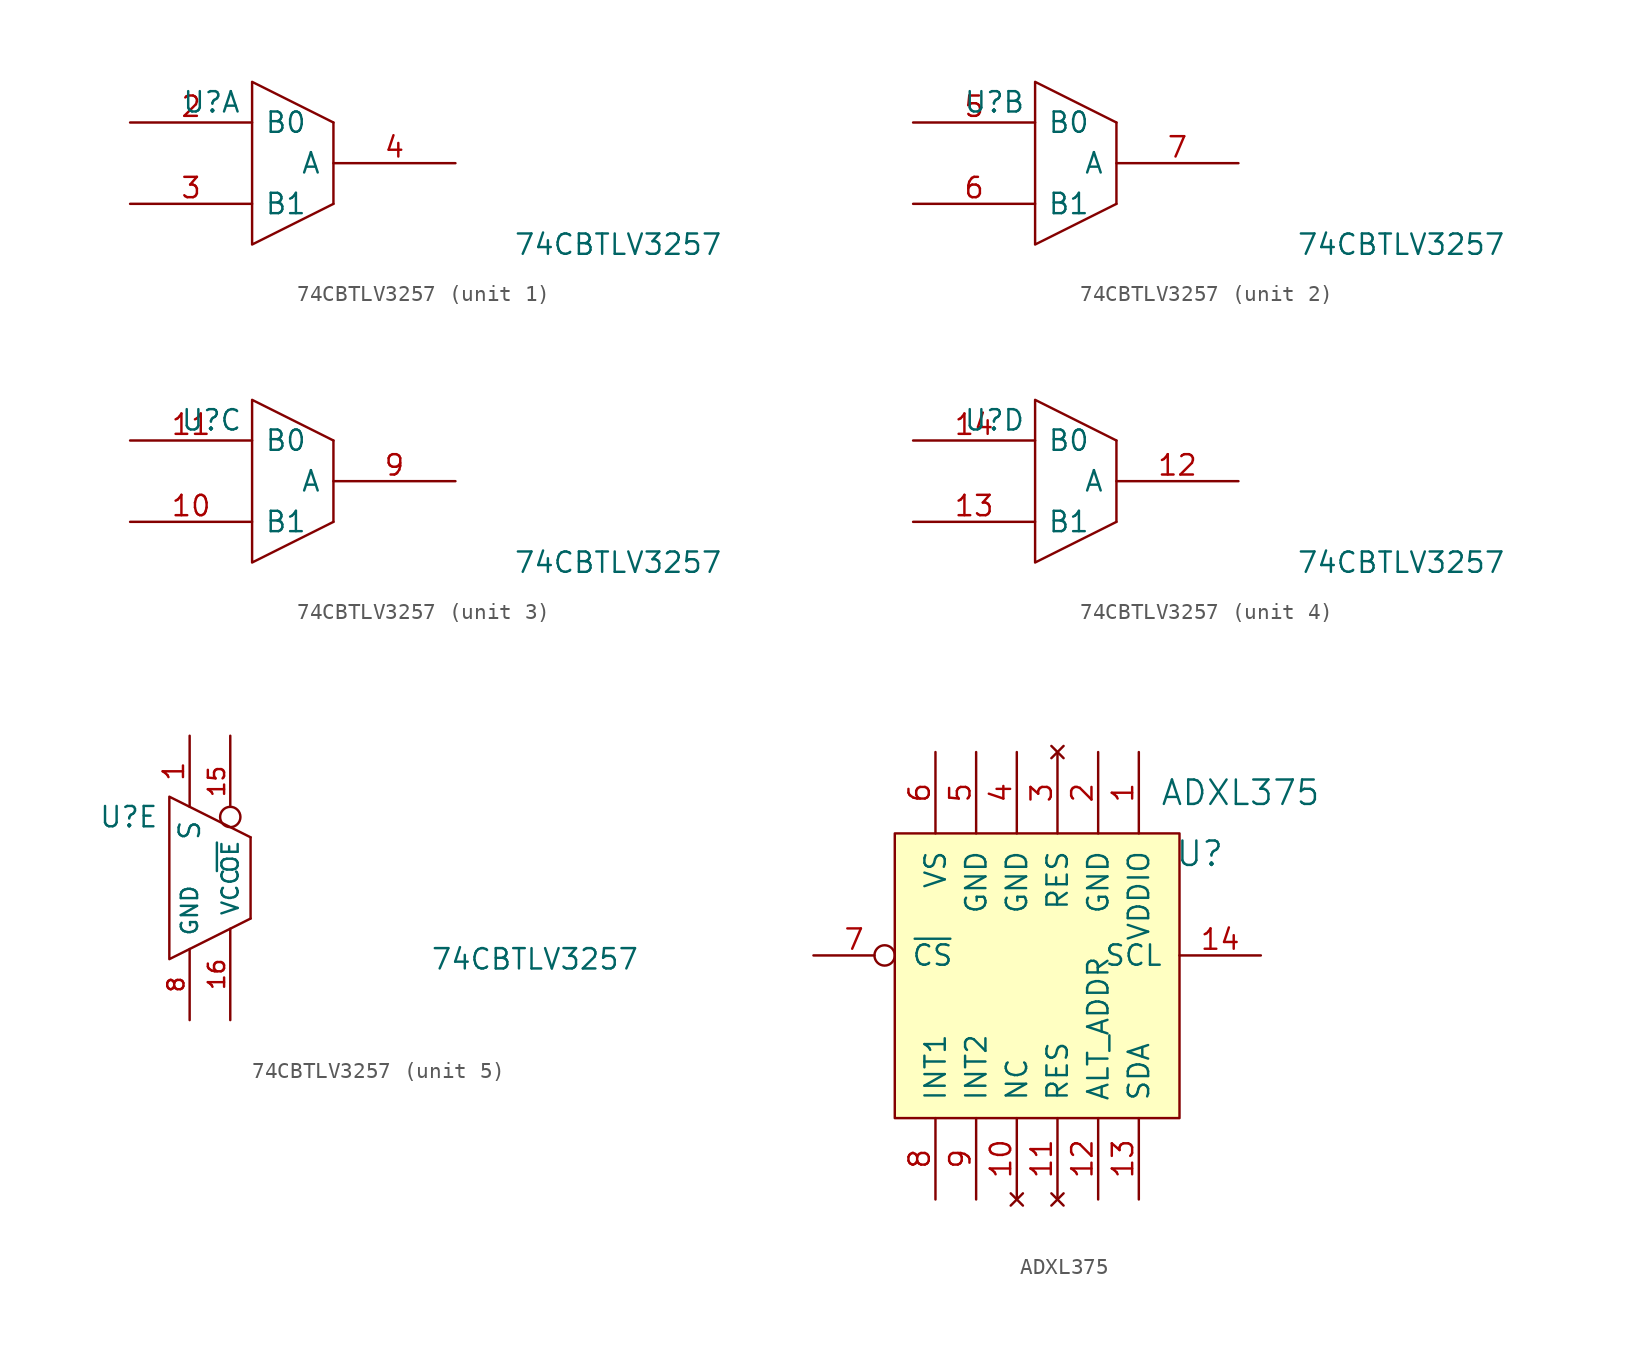
<source format=kicad_sym>
(kicad_symbol_lib
  (version 20211014)
  (generator kicad_symbol_editor)
  (symbol "74CBTLV3257"
    (pin_names
      (offset 0.762))
    (property "Reference" "U"
      (at -5.08 3.81 0)
      (effects (font (size 1.27 1.27))))
    (property "Value" "74CBTLV3257"
      (at 20.32 -5.08 0)
      (effects (font (size 1.27 1.27))))
    (property "ki_locked" ""
      (at 0 0 0)
      (effects (font (size 1.27 1.27))))
    (symbol "74CBTLV3257_0_1"
      (polyline (pts (xy 2.54 2.54) (xy 2.54 -2.54)) (stroke (width 0) (type default) (color 0 0 0 0)) (fill (type none)))
      (polyline (pts (xy 2.54 2.54) (xy -2.54 5.08) (xy -2.54 -5.08) (xy 2.54 -2.54)) (stroke (width 0) (type default) (color 0 0 0 0)) (fill (type none))))
    (symbol "74CBTLV3257_1_1"
      (pin bidirectional line (at -10.16 2.54 0) (length 7.62) (name "B0" (effects (font (size 1.27 1.27)))) (number "2" (effects (font (size 1.27 1.27)))))
      (pin bidirectional line (at -10.16 -2.54 0) (length 7.62) (name "B1" (effects (font (size 1.27 1.27)))) (number "3" (effects (font (size 1.27 1.27)))))
      (pin bidirectional line (at 10.16 0 180) (length 7.62) (name "A" (effects (font (size 1.27 1.27)))) (number "4" (effects (font (size 1.27 1.27))))))
    (symbol "74CBTLV3257_2_1"
      (pin bidirectional line (at -10.16 2.54 0) (length 7.62) (name "B0" (effects (font (size 1.27 1.27)))) (number "5" (effects (font (size 1.27 1.27)))))
      (pin bidirectional line (at -10.16 -2.54 0) (length 7.62) (name "B1" (effects (font (size 1.27 1.27)))) (number "6" (effects (font (size 1.27 1.27)))))
      (pin bidirectional line (at 10.16 0 180) (length 7.62) (name "A" (effects (font (size 1.27 1.27)))) (number "7" (effects (font (size 1.27 1.27))))))
    (symbol "74CBTLV3257_3_1"
      (pin bidirectional line (at -10.16 -2.54 0) (length 7.62) (name "B1" (effects (font (size 1.27 1.27)))) (number "10" (effects (font (size 1.27 1.27)))))
      (pin bidirectional line (at -10.16 2.54 0) (length 7.62) (name "B0" (effects (font (size 1.27 1.27)))) (number "11" (effects (font (size 1.27 1.27)))))
      (pin bidirectional line (at 10.16 0 180) (length 7.62) (name "A" (effects (font (size 1.27 1.27)))) (number "9" (effects (font (size 1.27 1.27))))))
    (symbol "74CBTLV3257_4_1"
      (pin bidirectional line (at 10.16 0 180) (length 7.62) (name "A" (effects (font (size 1.27 1.27)))) (number "12" (effects (font (size 1.27 1.27)))))
      (pin bidirectional line (at -10.16 -2.54 0) (length 7.62) (name "B1" (effects (font (size 1.27 1.27)))) (number "13" (effects (font (size 1.27 1.27)))))
      (pin bidirectional line (at -10.16 2.54 0) (length 7.62) (name "B0" (effects (font (size 1.27 1.27)))) (number "14" (effects (font (size 1.27 1.27))))))
    (symbol "74CBTLV3257_5_0"
      (pin power_in line (at 1.27 -8.89 90) (length 5.715) (name "VCC" (effects (font (size 1.016 1.016)))) (number "16" (effects (font (size 1.016 1.016)))))
      (pin power_in line (at -1.27 -8.89 90) (length 4.445) (name "GND" (effects (font (size 1.016 1.016)))) (number "8" (effects (font (size 1.016 1.016))))))
    (symbol "74CBTLV3257_5_1"
      (pin input line (at -1.27 8.89 270) (length 4.445) (name "S" (effects (font (size 1.27 1.27)))) (number "1" (effects (font (size 1.27 1.27)))))
      (pin input inverted (at 1.27 8.89 270) (length 5.715) (name "~{OE}" (effects (font (size 1.016 1.016)))) (number "15" (effects (font (size 1.016 1.016)))))))
  (symbol "ADXL375"
    (pin_names
      (offset 1.016))
    (property "Reference" "U"
      (at 19.05 6.35 0)
      (effects (font (size 1.524 1.524))))
    (property "Value" "ADXL375"
      (at 21.59 10.16 0)
      (effects (font (size 1.524 1.524))))
    (symbol "ADXL375_0_1"
      (rectangle (start 17.78 7.62) (end 0 -10.16) (stroke (width 0) (type default) (color 0 0 0 0)) (fill (type background))))
    (symbol "ADXL375_1_1"
      (pin power_in line (at 15.24 12.7 270) (length 5.08) (name "VDDIO" (effects (font (size 1.27 1.27)))) (number "1" (effects (font (size 1.27 1.27)))))
      (pin no_connect line (at 7.62 -15.24 90) (length 5.08) (name "NC" (effects (font (size 1.27 1.27)))) (number "10" (effects (font (size 1.27 1.27)))))
      (pin no_connect line (at 10.16 -15.24 90) (length 5.08) (name "RES" (effects (font (size 1.27 1.27)))) (number "11" (effects (font (size 1.27 1.27)))))
      (pin input line (at 12.7 -15.24 90) (length 5.08) (name "ALT_ADDR" (effects (font (size 1.27 1.27)))) (number "12" (effects (font (size 1.27 1.27)))))
      (pin bidirectional line (at 15.24 -15.24 90) (length 5.08) (name "SDA" (effects (font (size 1.27 1.27)))) (number "13" (effects (font (size 1.27 1.27)))))
      (pin open_collector line (at 22.86 0 180) (length 5.08) (name "SCL" (effects (font (size 1.27 1.27)))) (number "14" (effects (font (size 1.27 1.27)))))
      (pin power_in line (at 12.7 12.7 270) (length 5.08) (name "GND" (effects (font (size 1.27 1.27)))) (number "2" (effects (font (size 1.27 1.27)))))
      (pin no_connect line (at 10.16 12.7 270) (length 5.08) (name "RES" (effects (font (size 1.27 1.27)))) (number "3" (effects (font (size 1.27 1.27)))))
      (pin power_in line (at 7.62 12.7 270) (length 5.08) (name "GND" (effects (font (size 1.27 1.27)))) (number "4" (effects (font (size 1.27 1.27)))))
      (pin power_in line (at 5.08 12.7 270) (length 5.08) (name "GND" (effects (font (size 1.27 1.27)))) (number "5" (effects (font (size 1.27 1.27)))))
      (pin power_in line (at 2.54 12.7 270) (length 5.08) (name "VS" (effects (font (size 1.27 1.27)))) (number "6" (effects (font (size 1.27 1.27)))))
      (pin bidirectional inverted (at -5.08 0 0) (length 5.08) (name "~{CS}" (effects (font (size 1.27 1.27)))) (number "7" (effects (font (size 1.27 1.27)))))
      (pin output line (at 2.54 -15.24 90) (length 5.08) (name "INT1" (effects (font (size 1.27 1.27)))) (number "8" (effects (font (size 1.27 1.27)))))
      (pin output line (at 5.08 -15.24 90) (length 5.08) (name "INT2" (effects (font (size 1.27 1.27)))) (number "9" (effects (font (size 1.27 1.27))))))))
</source>
